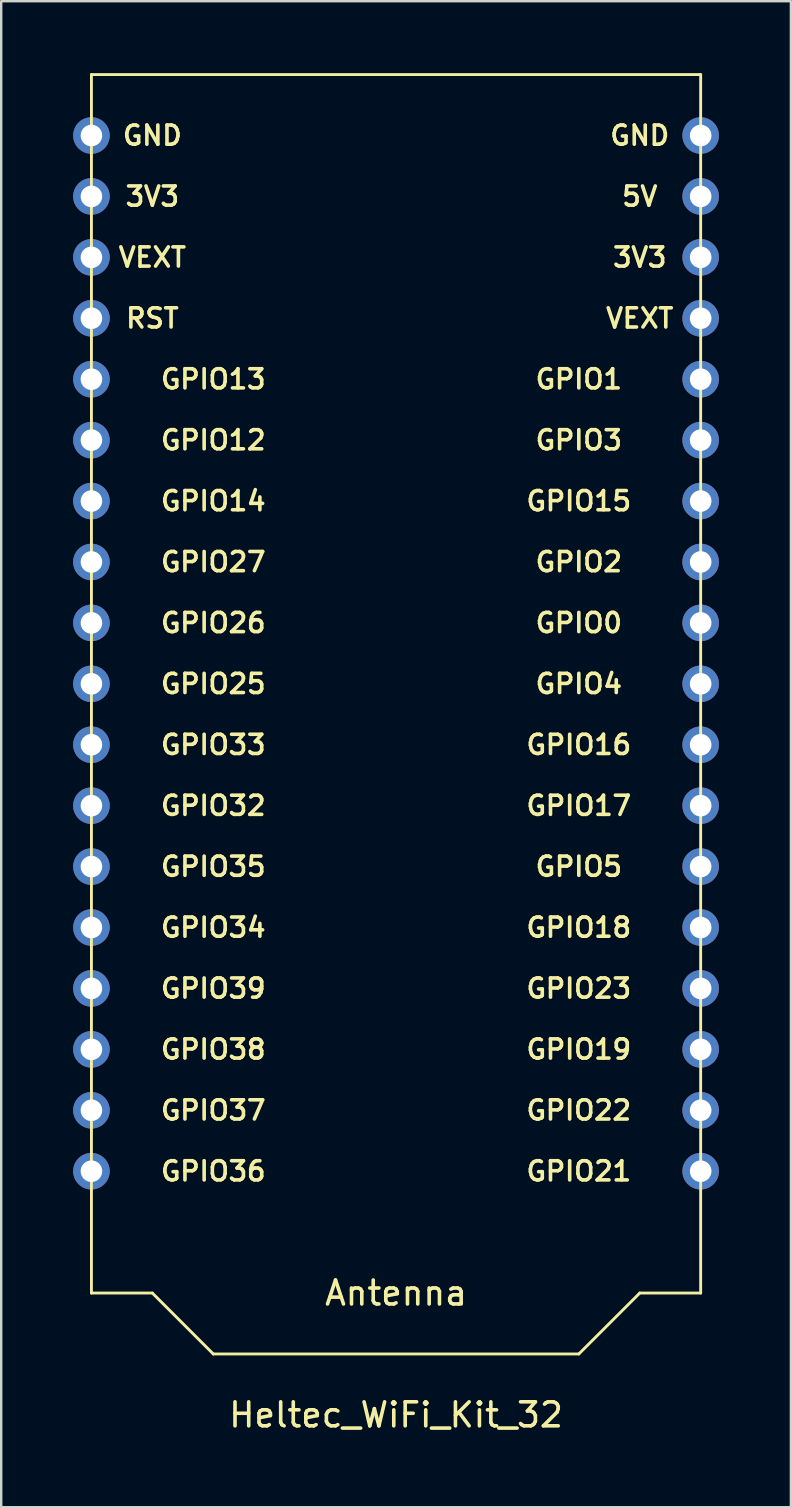
<source format=kicad_pcb>
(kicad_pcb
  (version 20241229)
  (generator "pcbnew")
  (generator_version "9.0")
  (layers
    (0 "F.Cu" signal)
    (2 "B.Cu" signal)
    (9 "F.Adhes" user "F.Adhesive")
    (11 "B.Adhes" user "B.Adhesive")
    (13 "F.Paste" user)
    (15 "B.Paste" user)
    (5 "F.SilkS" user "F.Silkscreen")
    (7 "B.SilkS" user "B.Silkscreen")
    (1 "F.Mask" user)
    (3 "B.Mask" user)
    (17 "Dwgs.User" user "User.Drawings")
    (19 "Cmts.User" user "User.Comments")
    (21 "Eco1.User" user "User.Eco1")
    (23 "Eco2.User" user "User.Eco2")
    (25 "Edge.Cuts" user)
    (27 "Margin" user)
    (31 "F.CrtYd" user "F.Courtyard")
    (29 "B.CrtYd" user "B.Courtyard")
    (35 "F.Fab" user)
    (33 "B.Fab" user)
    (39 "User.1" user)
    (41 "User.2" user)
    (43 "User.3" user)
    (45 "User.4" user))
  (footprint "Heltec_WiFi_Kit_32"
    (layer "F.Cu")
    (at 13.462 28)
    (property "Reference" "Heltec_WiFi_Kit_32" (at 0 27.94 0) (layer "F.SilkS") (effects (font (size 1 1) (thickness 0.15))))
    (attr through_hole)
    (fp_line (start -12.7 -27.94) (end -12.7 17.78) (stroke (width 0.12) (type solid)) (layer "F.SilkS"))
    (fp_line (start -12.7 -27.94) (end 12.7 -27.94) (stroke (width 0.12) (type solid)) (layer "F.SilkS"))
    (fp_line (start -12.7 17.78) (end -12.7 22.86) (stroke (width 0.12) (type solid)) (layer "F.SilkS"))
    (fp_line (start -12.7 22.86) (end -10.16 22.86) (stroke (width 0.12) (type solid)) (layer "F.SilkS"))
    (fp_line (start -10.16 22.86) (end -7.62 25.4) (stroke (width 0.12) (type solid)) (layer "F.SilkS"))
    (fp_line (start -7.62 25.4) (end 7.62 25.4) (stroke (width 0.12) (type solid)) (layer "F.SilkS"))
    (fp_line (start 7.62 25.4) (end 10.16 22.86) (stroke (width 0.12) (type solid)) (layer "F.SilkS"))
    (fp_line (start 10.16 22.86) (end 12.7 22.86) (stroke (width 0.12) (type solid)) (layer "F.SilkS"))
    (fp_line (start 12.7 17.78) (end 12.7 -27.94) (stroke (width 0.12) (type solid)) (layer "F.SilkS"))
    (fp_line (start 12.7 22.86) (end 12.7 17.78) (stroke (width 0.12) (type solid)) (layer "F.SilkS"))
    (fp_text user "GPIO17" (at 7.62 2.54 0) (layer "F.SilkS") (effects (font (size 0.8 0.8) (thickness 0.15))))
    (fp_text user "GPIO38" (at -7.62 12.7 0) (layer "F.SilkS") (effects (font (size 0.8 0.8) (thickness 0.15))))
    (fp_text user "GPIO35" (at -7.62 5.08 0) (layer "F.SilkS") (effects (font (size 0.8 0.8) (thickness 0.15))))
    (fp_text user "GPIO21" (at 7.62 17.78 0) (layer "F.SilkS") (effects (font (size 0.8 0.8) (thickness 0.15))))
    (fp_text user "GPIO0" (at 7.62 -5.08 0) (layer "F.SilkS") (effects (font (size 0.8 0.8) (thickness 0.15))))
    (fp_text user "5V" (at 10.16 -22.86 0) (layer "F.SilkS") (effects (font (size 0.8 0.8) (thickness 0.15))))
    (fp_text user "GPIO33" (at -7.62 0 0) (layer "F.SilkS") (effects (font (size 0.8 0.8) (thickness 0.15))))
    (fp_text user "GPIO26" (at -7.62 -5.08 0) (layer "F.SilkS") (effects (font (size 0.8 0.8) (thickness 0.15))))
    (fp_text user "GPIO25" (at -7.62 -2.54 0) (layer "F.SilkS") (effects (font (size 0.8 0.8) (thickness 0.15))))
    (fp_text user "3V3" (at -10.16 -22.86 0) (layer "F.SilkS") (effects (font (size 0.8 0.8) (thickness 0.15))))
    (fp_text user "GPIO19" (at 7.62 12.7 0) (layer "F.SilkS") (effects (font (size 0.8 0.8) (thickness 0.15))))
    (fp_text user "GPIO37" (at -7.62 15.24 0) (layer "F.SilkS") (effects (font (size 0.8 0.8) (thickness 0.15))))
    (fp_text user "VEXT" (at -10.16 -20.32 0) (layer "F.SilkS") (effects (font (size 0.8 0.8) (thickness 0.15))))
    (fp_text user "GPIO39" (at -7.62 10.16 0) (layer "F.SilkS") (effects (font (size 0.8 0.8) (thickness 0.15))))
    (fp_text user "GPIO15" (at 7.62 -10.16 0) (layer "F.SilkS") (effects (font (size 0.8 0.8) (thickness 0.15))))
    (fp_text user "GPIO32" (at -7.62 2.54 0) (layer "F.SilkS") (effects (font (size 0.8 0.8) (thickness 0.15))))
    (fp_text user "GPIO23" (at 7.62 10.16 0) (layer "F.SilkS") (effects (font (size 0.8 0.8) (thickness 0.15))))
    (fp_text user "GPIO36" (at -7.62 17.78 0) (layer "F.SilkS") (effects (font (size 0.8 0.8) (thickness 0.15))))
    (fp_text user "GPIO16" (at 7.62 0 0) (layer "F.SilkS") (effects (font (size 0.8 0.8) (thickness 0.15))))
    (fp_text user "GPIO34" (at -7.62 7.62 0) (layer "F.SilkS") (effects (font (size 0.8 0.8) (thickness 0.15))))
    (fp_text user "GPIO4" (at 7.62 -2.54 0) (layer "F.SilkS") (effects (font (size 0.8 0.8) (thickness 0.15))))
    (fp_text user "GPIO27" (at -7.62 -7.62 0) (layer "F.SilkS") (effects (font (size 0.8 0.8) (thickness 0.15))))
    (fp_text user "RST" (at -10.16 -17.78 0) (layer "F.SilkS") (effects (font (size 0.8 0.8) (thickness 0.15))))
    (fp_text user "VEXT" (at 10.16 -17.78 0) (layer "F.SilkS") (effects (font (size 0.8 0.8) (thickness 0.15))))
    (fp_text user "GND" (at 10.16 -25.4 0) (layer "F.SilkS") (effects (font (size 0.8 0.8) (thickness 0.15))))
    (fp_text user "GPIO12" (at -7.62 -12.7 0) (layer "F.SilkS") (effects (font (size 0.8 0.8) (thickness 0.15))))
    (fp_text user "GPIO3" (at 7.62 -12.7 0) (layer "F.SilkS") (effects (font (size 0.8 0.8) (thickness 0.15))))
    (fp_text user "GPIO5" (at 7.62 5.08 0) (layer "F.SilkS") (effects (font (size 0.8 0.8) (thickness 0.15))))
    (fp_text user "Antenna" (at 0 22.86 0) (layer "F.SilkS") (effects (font (size 1 1) (thickness 0.15))))
    (fp_text user "GPIO18" (at 7.62 7.62 0) (layer "F.SilkS") (effects (font (size 0.8 0.8) (thickness 0.15))))
    (fp_text user "GPIO1" (at 7.62 -15.24 0) (layer "F.SilkS") (effects (font (size 0.8 0.8) (thickness 0.15))))
    (fp_text user "GPIO13" (at -7.62 -15.24 0) (layer "F.SilkS") (effects (font (size 0.8 0.8) (thickness 0.15))))
    (fp_text user "GND" (at -10.16 -25.4 0) (layer "F.SilkS") (effects (font (size 0.8 0.8) (thickness 0.15))))
    (fp_text user "GPIO2" (at 7.62 -7.62 0) (layer "F.SilkS") (effects (font (size 0.8 0.8) (thickness 0.15))))
    (fp_text user "3V3" (at 10.16 -20.32 0) (layer "F.SilkS") (effects (font (size 0.8 0.8) (thickness 0.15))))
    (fp_text user "GPIO14" (at -7.62 -10.16 0) (layer "F.SilkS") (effects (font (size 0.8 0.8) (thickness 0.15))))
    (fp_text user "GPIO22" (at 7.62 15.24 0) (layer "F.SilkS") (effects (font (size 0.8 0.8) (thickness 0.15))))
    (pad "1" thru_hole circle (at -12.7 -25.4) (size 1.524 1.524) (drill 0.9) (layers "*.Cu" "*.Mask"))
    (pad "2" thru_hole circle (at -12.7 -22.86) (size 1.524 1.524) (drill 0.9) (layers "*.Cu" "*.Mask"))
    (pad "3" thru_hole circle (at -12.7 -20.32) (size 1.524 1.524) (drill 0.9) (layers "*.Cu" "*.Mask"))
    (pad "4" thru_hole circle (at -12.7 -17.78) (size 1.524 1.524) (drill 0.9) (layers "*.Cu" "*.Mask"))
    (pad "5" thru_hole circle (at -12.7 -15.24) (size 1.524 1.524) (drill 0.9) (layers "*.Cu" "*.Mask"))
    (pad "6" thru_hole circle (at -12.7 -12.7) (size 1.524 1.524) (drill 0.9) (layers "*.Cu" "*.Mask"))
    (pad "7" thru_hole circle (at -12.7 -10.16) (size 1.524 1.524) (drill 0.9) (layers "*.Cu" "*.Mask"))
    (pad "8" thru_hole circle (at -12.7 -7.62) (size 1.524 1.524) (drill 0.9) (layers "*.Cu" "*.Mask"))
    (pad "9" thru_hole circle (at -12.7 -5.08) (size 1.524 1.524) (drill 0.9) (layers "*.Cu" "*.Mask"))
    (pad "10" thru_hole circle (at -12.7 -2.54) (size 1.524 1.524) (drill 0.9) (layers "*.Cu" "*.Mask"))
    (pad "11" thru_hole circle (at -12.7 0) (size 1.524 1.524) (drill 0.9) (layers "*.Cu" "*.Mask"))
    (pad "12" thru_hole circle (at -12.7 2.54) (size 1.524 1.524) (drill 0.9) (layers "*.Cu" "*.Mask"))
    (pad "13" thru_hole circle (at -12.7 5.08) (size 1.524 1.524) (drill 0.9) (layers "*.Cu" "*.Mask"))
    (pad "14" thru_hole circle (at -12.7 7.62) (size 1.524 1.524) (drill 0.9) (layers "*.Cu" "*.Mask"))
    (pad "15" thru_hole circle (at -12.7 10.16) (size 1.524 1.524) (drill 0.9) (layers "*.Cu" "*.Mask"))
    (pad "16" thru_hole circle (at -12.7 12.7) (size 1.524 1.524) (drill 0.9) (layers "*.Cu" "*.Mask"))
    (pad "17" thru_hole circle (at -12.7 15.24) (size 1.524 1.524) (drill 0.9) (layers "*.Cu" "*.Mask"))
    (pad "18" thru_hole circle (at -12.7 17.78) (size 1.524 1.524) (drill 0.9) (layers "*.Cu" "*.Mask"))
    (pad "19" thru_hole circle (at 12.7 17.78) (size 1.524 1.524) (drill 0.9) (layers "*.Cu" "*.Mask"))
    (pad "20" thru_hole circle (at 12.7 15.24) (size 1.524 1.524) (drill 0.9) (layers "*.Cu" "*.Mask"))
    (pad "21" thru_hole circle (at 12.7 12.7) (size 1.524 1.524) (drill 0.9) (layers "*.Cu" "*.Mask"))
    (pad "22" thru_hole circle (at 12.7 10.16) (size 1.524 1.524) (drill 0.9) (layers "*.Cu" "*.Mask"))
    (pad "23" thru_hole circle (at 12.7 7.62) (size 1.524 1.524) (drill 0.9) (layers "*.Cu" "*.Mask"))
    (pad "24" thru_hole circle (at 12.7 5.08) (size 1.524 1.524) (drill 0.9) (layers "*.Cu" "*.Mask"))
    (pad "25" thru_hole circle (at 12.7 2.54) (size 1.524 1.524) (drill 0.9) (layers "*.Cu" "*.Mask"))
    (pad "26" thru_hole circle (at 12.7 0) (size 1.524 1.524) (drill 0.9) (layers "*.Cu" "*.Mask"))
    (pad "27" thru_hole circle (at 12.7 -2.54) (size 1.524 1.524) (drill 0.9) (layers "*.Cu" "*.Mask"))
    (pad "28" thru_hole circle (at 12.7 -5.08) (size 1.524 1.524) (drill 0.9) (layers "*.Cu" "*.Mask"))
    (pad "29" thru_hole circle (at 12.7 -7.62) (size 1.524 1.524) (drill 0.9) (layers "*.Cu" "*.Mask"))
    (pad "30" thru_hole circle (at 12.7 -10.16) (size 1.524 1.524) (drill 0.9) (layers "*.Cu" "*.Mask"))
    (pad "31" thru_hole circle (at 12.7 -12.7) (size 1.524 1.524) (drill 0.9) (layers "*.Cu" "*.Mask"))
    (pad "32" thru_hole circle (at 12.7 -15.24) (size 1.524 1.524) (drill 0.9) (layers "*.Cu" "*.Mask"))
    (pad "33" thru_hole circle (at 12.7 -17.78) (size 1.524 1.524) (drill 0.9) (layers "*.Cu" "*.Mask"))
    (pad "34" thru_hole circle (at 12.7 -20.32) (size 1.524 1.524) (drill 0.9) (layers "*.Cu" "*.Mask"))
    (pad "35" thru_hole circle (at 12.7 -22.86) (size 1.524 1.524) (drill 0.9) (layers "*.Cu" "*.Mask"))
    (pad "36" thru_hole circle (at 12.7 -25.4) (size 1.524 1.524) (drill 0.9) (layers "*.Cu" "*.Mask")))
  (gr_rect
    (start -3 -3)
    (end 29.924 59.788)
    (stroke (width 0.1) (type default))
    (fill no)
    (layer "Edge.Cuts")))
</source>
